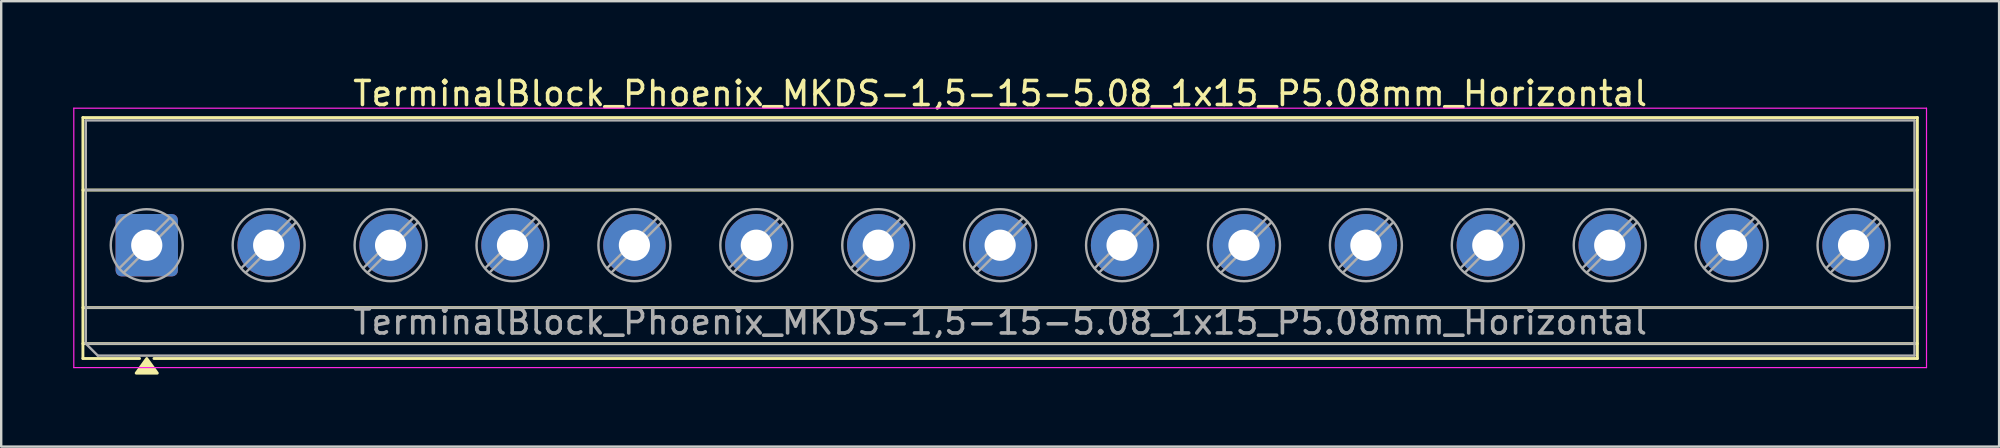
<source format=kicad_pcb>
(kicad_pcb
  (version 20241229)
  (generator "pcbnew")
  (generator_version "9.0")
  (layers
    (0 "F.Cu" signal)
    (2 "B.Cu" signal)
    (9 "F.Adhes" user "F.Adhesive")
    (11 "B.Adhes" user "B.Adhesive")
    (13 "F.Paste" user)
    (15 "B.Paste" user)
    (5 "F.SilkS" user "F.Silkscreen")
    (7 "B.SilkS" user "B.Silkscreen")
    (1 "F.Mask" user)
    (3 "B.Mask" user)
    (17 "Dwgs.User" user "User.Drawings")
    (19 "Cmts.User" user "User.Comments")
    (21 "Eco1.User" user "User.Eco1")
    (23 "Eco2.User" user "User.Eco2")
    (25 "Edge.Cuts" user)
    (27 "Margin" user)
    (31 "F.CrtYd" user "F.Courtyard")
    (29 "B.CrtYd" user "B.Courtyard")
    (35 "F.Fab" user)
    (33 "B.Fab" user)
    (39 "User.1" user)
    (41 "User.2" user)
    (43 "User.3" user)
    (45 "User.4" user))
  (footprint "TerminalBlock_Phoenix_MKDS-1,5-15-5.08_1x15_P5.08mm_Horizontal"
    (layer "F.Cu")
    (at 3.065 7.168)
    (property "Reference" "TerminalBlock_Phoenix_MKDS-1,5-15-5.08_1x15_P5.08mm_Horizontal" (at 35.56 -6.32 0) (layer "F.SilkS") (effects (font (size 1 1) (thickness 0.15))))
    (attr through_hole)
    (fp_line (start -2.66 -5.32) (end -2.66 4.72) (stroke (width 0.12) (type solid)) (layer "F.SilkS"))
    (fp_line (start -2.66 -5.32) (end 73.78 -5.32) (stroke (width 0.12) (type solid)) (layer "F.SilkS"))
    (fp_line (start -2.66 -2.3) (end 73.78 -2.3) (stroke (width 0.12) (type solid)) (layer "F.SilkS"))
    (fp_line (start -2.66 2.6) (end 73.78 2.6) (stroke (width 0.12) (type solid)) (layer "F.SilkS"))
    (fp_line (start -2.66 4.1) (end 73.78 4.1) (stroke (width 0.12) (type solid)) (layer "F.SilkS"))
    (fp_line (start -2.66 4.72) (end -0.3 4.72) (stroke (width 0.12) (type solid)) (layer "F.SilkS"))
    (fp_line (start 0.3 4.72) (end 73.78 4.72) (stroke (width 0.12) (type solid)) (layer "F.SilkS"))
    (fp_line (start 73.78 -5.32) (end 73.78 4.72) (stroke (width 0.12) (type solid)) (layer "F.SilkS"))
    (fp_poly (pts (xy 0 4.72) (xy 0.44 5.33) (xy -0.44 5.33)) (stroke (width 0.12) (type solid)) (fill yes) (layer "F.SilkS"))
    (fp_line (start -3.04 -5.71) (end -3.04 5.1) (stroke (width 0.05) (type solid)) (layer "F.CrtYd"))
    (fp_line (start -3.04 5.1) (end 74.16 5.1) (stroke (width 0.05) (type solid)) (layer "F.CrtYd"))
    (fp_line (start 74.16 -5.71) (end -3.04 -5.71) (stroke (width 0.05) (type solid)) (layer "F.CrtYd"))
    (fp_line (start 74.16 5.1) (end 74.16 -5.71) (stroke (width 0.05) (type solid)) (layer "F.CrtYd"))
    (fp_line (start -2.54 -5.2) (end 73.66 -5.2) (stroke (width 0.1) (type solid)) (layer "F.Fab"))
    (fp_line (start -2.54 -2.3) (end 73.66 -2.3) (stroke (width 0.1) (type solid)) (layer "F.Fab"))
    (fp_line (start -2.54 2.6) (end 73.66 2.6) (stroke (width 0.1) (type solid)) (layer "F.Fab"))
    (fp_line (start -2.54 4.1) (end -2.54 -5.2) (stroke (width 0.1) (type solid)) (layer "F.Fab"))
    (fp_line (start -2.54 4.1) (end 73.66 4.1) (stroke (width 0.1) (type solid)) (layer "F.Fab"))
    (fp_line (start -2.04 4.6) (end -2.54 4.1) (stroke (width 0.1) (type solid)) (layer "F.Fab"))
    (fp_line (start 0.955 -1.138) (end -1.138 0.955) (stroke (width 0.1) (type solid)) (layer "F.Fab"))
    (fp_line (start 1.138 -0.955) (end -0.955 1.138) (stroke (width 0.1) (type solid)) (layer "F.Fab"))
    (fp_line (start 6.035 -1.138) (end 3.942 0.955) (stroke (width 0.1) (type solid)) (layer "F.Fab"))
    (fp_line (start 6.218 -0.955) (end 4.125 1.138) (stroke (width 0.1) (type solid)) (layer "F.Fab"))
    (fp_line (start 11.115 -1.138) (end 9.022 0.955) (stroke (width 0.1) (type solid)) (layer "F.Fab"))
    (fp_line (start 11.298 -0.955) (end 9.205 1.138) (stroke (width 0.1) (type solid)) (layer "F.Fab"))
    (fp_line (start 16.195 -1.138) (end 14.102 0.955) (stroke (width 0.1) (type solid)) (layer "F.Fab"))
    (fp_line (start 16.378 -0.955) (end 14.285 1.138) (stroke (width 0.1) (type solid)) (layer "F.Fab"))
    (fp_line (start 21.275 -1.138) (end 19.182 0.955) (stroke (width 0.1) (type solid)) (layer "F.Fab"))
    (fp_line (start 21.458 -0.955) (end 19.365 1.138) (stroke (width 0.1) (type solid)) (layer "F.Fab"))
    (fp_line (start 26.355 -1.138) (end 24.262 0.955) (stroke (width 0.1) (type solid)) (layer "F.Fab"))
    (fp_line (start 26.538 -0.955) (end 24.445 1.138) (stroke (width 0.1) (type solid)) (layer "F.Fab"))
    (fp_line (start 31.435 -1.138) (end 29.342 0.955) (stroke (width 0.1) (type solid)) (layer "F.Fab"))
    (fp_line (start 31.618 -0.955) (end 29.525 1.138) (stroke (width 0.1) (type solid)) (layer "F.Fab"))
    (fp_line (start 36.515 -1.138) (end 34.422 0.955) (stroke (width 0.1) (type solid)) (layer "F.Fab"))
    (fp_line (start 36.698 -0.955) (end 34.605 1.138) (stroke (width 0.1) (type solid)) (layer "F.Fab"))
    (fp_line (start 41.595 -1.138) (end 39.502 0.955) (stroke (width 0.1) (type solid)) (layer "F.Fab"))
    (fp_line (start 41.778 -0.955) (end 39.685 1.138) (stroke (width 0.1) (type solid)) (layer "F.Fab"))
    (fp_line (start 46.675 -1.138) (end 44.582 0.955) (stroke (width 0.1) (type solid)) (layer "F.Fab"))
    (fp_line (start 46.858 -0.955) (end 44.765 1.138) (stroke (width 0.1) (type solid)) (layer "F.Fab"))
    (fp_line (start 51.755 -1.138) (end 49.662 0.955) (stroke (width 0.1) (type solid)) (layer "F.Fab"))
    (fp_line (start 51.938 -0.955) (end 49.845 1.138) (stroke (width 0.1) (type solid)) (layer "F.Fab"))
    (fp_line (start 56.835 -1.138) (end 54.742 0.955) (stroke (width 0.1) (type solid)) (layer "F.Fab"))
    (fp_line (start 57.018 -0.955) (end 54.925 1.138) (stroke (width 0.1) (type solid)) (layer "F.Fab"))
    (fp_line (start 61.915 -1.138) (end 59.822 0.955) (stroke (width 0.1) (type solid)) (layer "F.Fab"))
    (fp_line (start 62.098 -0.955) (end 60.005 1.138) (stroke (width 0.1) (type solid)) (layer "F.Fab"))
    (fp_line (start 66.995 -1.138) (end 64.902 0.955) (stroke (width 0.1) (type solid)) (layer "F.Fab"))
    (fp_line (start 67.178 -0.955) (end 65.085 1.138) (stroke (width 0.1) (type solid)) (layer "F.Fab"))
    (fp_line (start 72.075 -1.138) (end 69.982 0.955) (stroke (width 0.1) (type solid)) (layer "F.Fab"))
    (fp_line (start 72.258 -0.955) (end 70.165 1.138) (stroke (width 0.1) (type solid)) (layer "F.Fab"))
    (fp_line (start 73.66 -5.2) (end 73.66 4.6) (stroke (width 0.1) (type solid)) (layer "F.Fab"))
    (fp_line (start 73.66 4.6) (end -2.04 4.6) (stroke (width 0.1) (type solid)) (layer "F.Fab"))
    (fp_circle (center 0 0) (end 1.5 0) (stroke (width 0.1) (type solid)) (fill no) (layer "F.Fab"))
    (fp_circle (center 5.08 0) (end 6.58 0) (stroke (width 0.1) (type solid)) (fill no) (layer "F.Fab"))
    (fp_circle (center 10.16 0) (end 11.66 0) (stroke (width 0.1) (type solid)) (fill no) (layer "F.Fab"))
    (fp_circle (center 15.24 0) (end 16.74 0) (stroke (width 0.1) (type solid)) (fill no) (layer "F.Fab"))
    (fp_circle (center 20.32 0) (end 21.82 0) (stroke (width 0.1) (type solid)) (fill no) (layer "F.Fab"))
    (fp_circle (center 25.4 0) (end 26.9 0) (stroke (width 0.1) (type solid)) (fill no) (layer "F.Fab"))
    (fp_circle (center 30.48 0) (end 31.98 0) (stroke (width 0.1) (type solid)) (fill no) (layer "F.Fab"))
    (fp_circle (center 35.56 0) (end 37.06 0) (stroke (width 0.1) (type solid)) (fill no) (layer "F.Fab"))
    (fp_circle (center 40.64 0) (end 42.14 0) (stroke (width 0.1) (type solid)) (fill no) (layer "F.Fab"))
    (fp_circle (center 45.72 0) (end 47.22 0) (stroke (width 0.1) (type solid)) (fill no) (layer "F.Fab"))
    (fp_circle (center 50.8 0) (end 52.3 0) (stroke (width 0.1) (type solid)) (fill no) (layer "F.Fab"))
    (fp_circle (center 55.88 0) (end 57.38 0) (stroke (width 0.1) (type solid)) (fill no) (layer "F.Fab"))
    (fp_circle (center 60.96 0) (end 62.46 0) (stroke (width 0.1) (type solid)) (fill no) (layer "F.Fab"))
    (fp_circle (center 66.04 0) (end 67.54 0) (stroke (width 0.1) (type solid)) (fill no) (layer "F.Fab"))
    (fp_circle (center 71.12 0) (end 72.62 0) (stroke (width 0.1) (type solid)) (fill no) (layer "F.Fab"))
    (fp_text user "${REFERENCE}" (at 35.56 3.2 0) (layer "F.Fab") (effects (font (size 1 1) (thickness 0.15))))
    (pad "1" thru_hole roundrect (at 0 0) (size 2.6 2.6) (drill 1.3) (layers "*.Cu" "*.Mask") (roundrect_rratio 0.096))
    (pad "2" thru_hole circle (at 5.08 0) (size 2.6 2.6) (drill 1.3) (layers "*.Cu" "*.Mask"))
    (pad "3" thru_hole circle (at 10.16 0) (size 2.6 2.6) (drill 1.3) (layers "*.Cu" "*.Mask"))
    (pad "4" thru_hole circle (at 15.24 0) (size 2.6 2.6) (drill 1.3) (layers "*.Cu" "*.Mask"))
    (pad "5" thru_hole circle (at 20.32 0) (size 2.6 2.6) (drill 1.3) (layers "*.Cu" "*.Mask"))
    (pad "6" thru_hole circle (at 25.4 0) (size 2.6 2.6) (drill 1.3) (layers "*.Cu" "*.Mask"))
    (pad "7" thru_hole circle (at 30.48 0) (size 2.6 2.6) (drill 1.3) (layers "*.Cu" "*.Mask"))
    (pad "8" thru_hole circle (at 35.56 0) (size 2.6 2.6) (drill 1.3) (layers "*.Cu" "*.Mask"))
    (pad "9" thru_hole circle (at 40.64 0) (size 2.6 2.6) (drill 1.3) (layers "*.Cu" "*.Mask"))
    (pad "10" thru_hole circle (at 45.72 0) (size 2.6 2.6) (drill 1.3) (layers "*.Cu" "*.Mask"))
    (pad "11" thru_hole circle (at 50.8 0) (size 2.6 2.6) (drill 1.3) (layers "*.Cu" "*.Mask"))
    (pad "12" thru_hole circle (at 55.88 0) (size 2.6 2.6) (drill 1.3) (layers "*.Cu" "*.Mask"))
    (pad "13" thru_hole circle (at 60.96 0) (size 2.6 2.6) (drill 1.3) (layers "*.Cu" "*.Mask"))
    (pad "14" thru_hole circle (at 66.04 0) (size 2.6 2.6) (drill 1.3) (layers "*.Cu" "*.Mask"))
    (pad "15" thru_hole circle (at 71.12 0) (size 2.6 2.6) (drill 1.3) (layers "*.Cu" "*.Mask")))
  (gr_rect
    (start -3 -3)
    (end 80.25 15.558)
    (stroke (width 0.1) (type default))
    (fill no)
    (layer "Edge.Cuts")))
</source>
